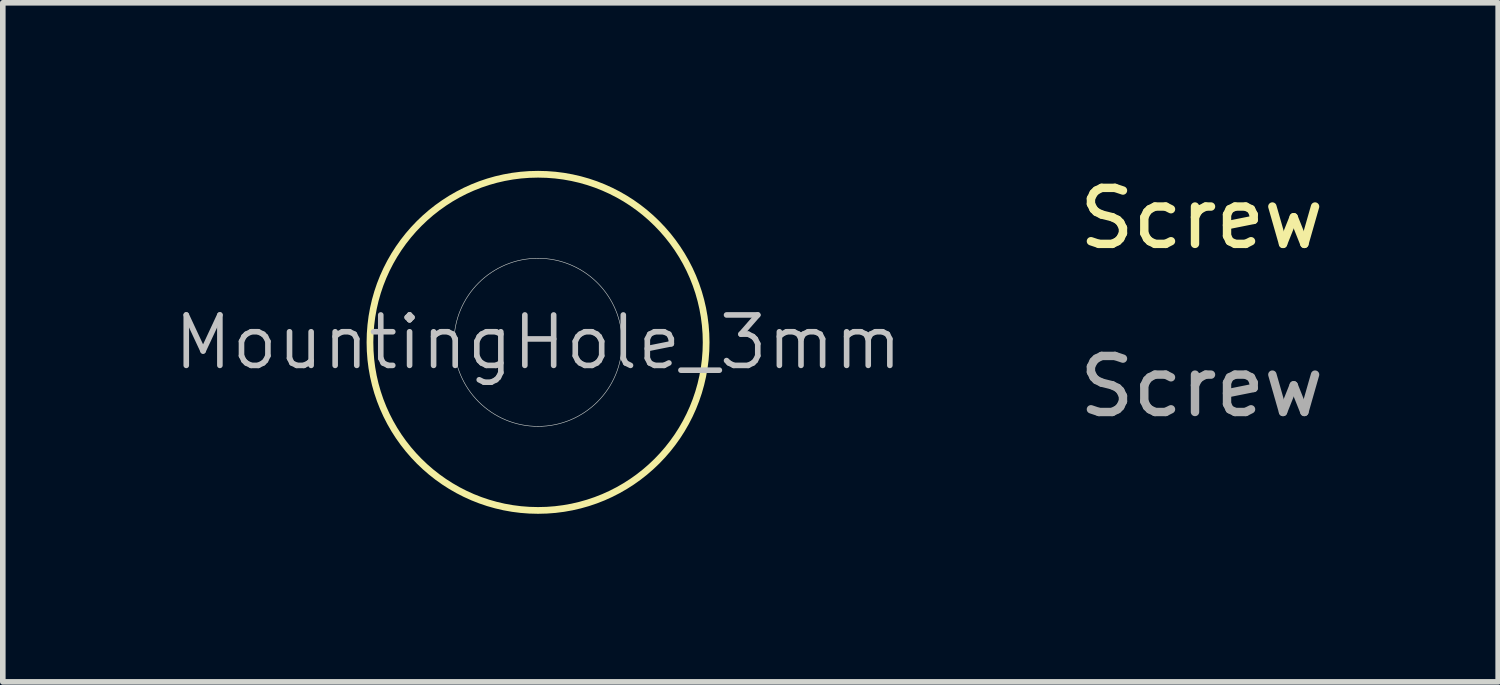
<source format=kicad_pcb>
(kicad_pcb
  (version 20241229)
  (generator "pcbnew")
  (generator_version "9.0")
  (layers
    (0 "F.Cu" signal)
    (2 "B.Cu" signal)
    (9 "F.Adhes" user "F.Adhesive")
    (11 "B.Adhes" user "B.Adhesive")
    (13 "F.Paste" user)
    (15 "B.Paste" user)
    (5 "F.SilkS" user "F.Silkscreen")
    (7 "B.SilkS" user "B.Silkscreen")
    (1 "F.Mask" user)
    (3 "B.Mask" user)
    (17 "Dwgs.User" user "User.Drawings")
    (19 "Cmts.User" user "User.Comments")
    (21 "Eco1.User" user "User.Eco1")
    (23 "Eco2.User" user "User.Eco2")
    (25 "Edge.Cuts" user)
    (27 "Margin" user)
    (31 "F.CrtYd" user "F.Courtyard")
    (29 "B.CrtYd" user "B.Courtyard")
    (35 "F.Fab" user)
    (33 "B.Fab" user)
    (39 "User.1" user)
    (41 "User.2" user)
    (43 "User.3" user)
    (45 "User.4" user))
  (footprint "Screw"
    (layer "F.Cu")
    (at 18.397 1.348)
    (property "Reference" "Screw" (at 0 -0.5 0) (unlocked yes) (layer "F.SilkS") (effects (font (size 1 1) (thickness 0.15))))
    (fp_text user "${REFERENCE}" (at 0 2.5 0) (unlocked yes) (layer "F.Fab") (effects (font (size 1 1) (thickness 0.15)))))
  (footprint "MountingHole_3mm"
    (layer "F.Cu")
    (at 6.553 3.06)
    (property "Reference" "MountingHole_3mm" (at 0 0 0) (unlocked yes) (layer "Dwgs.User") (effects (font (size 0.9 0.9) (thickness 0.1))))
    (attr through_hole board_only exclude_from_pos_files exclude_from_bom)
    (fp_circle (center 0 0) (end 3 0) (stroke (width 0.12) (type solid)) (fill no) (layer "F.SilkS"))
    (fp_circle (center 0 0) (end 1.5 0) (stroke (width 0.01) (type solid)) (fill no) (layer "Edge.Cuts"))
    (zone (net_name "") (layers "F.Cu" "B.Cu" "Edge.Cuts") (hatch full 0.508) (connect_pads) (min_thickness 0.254) (filled_areas_thickness no) (keepout (tracks not_allowed) (vias not_allowed) (pads not_allowed) (copperpour not_allowed) (footprints not_allowed)) (placement (enabled no)) (fill) (polygon (pts (xy 9.558 3.06) (xy 9.538 2.715) (xy 9.479 2.374) (xy 9.38 2.042) (xy 9.245 1.724) (xy 9.073 1.423) (xy 8.868 1.144) (xy 8.633 0.891) (xy 8.37 0.666) (xy 8.083 0.473) (xy 7.775 0.315) (xy 7.452 0.192) (xy 7.116 0.108) (xy 6.773 0.063) (xy 6.427 0.058) (xy 6.083 0.092) (xy 5.745 0.166) (xy 5.417 0.278) (xy 5.105 0.427) (xy 4.812 0.61) (xy 4.542 0.827) (xy 4.299 1.073) (xy 4.085 1.345) (xy 3.904 1.64) (xy 3.759 1.954) (xy 3.65 2.282) (xy 3.58 2.621) (xy 3.549 2.966) (xy 3.558 3.311) (xy 3.607 3.654) (xy 3.695 3.989) (xy 3.821 4.311) (xy 3.982 4.617) (xy 4.178 4.902) (xy 4.406 5.163) (xy 4.662 5.395) (xy 4.943 5.597) (xy 5.245 5.766) (xy 5.565 5.898) (xy 5.897 5.993) (xy 6.239 6.049) (xy 6.584 6.065) (xy 6.929 6.041) (xy 7.27 5.978) (xy 7.6 5.877) (xy 7.917 5.738) (xy 8.216 5.563) (xy 8.493 5.355) (xy 8.743 5.117) (xy 8.965 4.852) (xy 9.155 4.563) (xy 9.311 4.253) (xy 9.43 3.929) (xy 9.51 3.592) (xy 9.552 3.249)))))
  (gr_rect
    (start -3 -3)
    (end 23.689 9.12)
    (stroke (width 0.1) (type default))
    (fill no)
    (layer "Edge.Cuts")))
</source>
